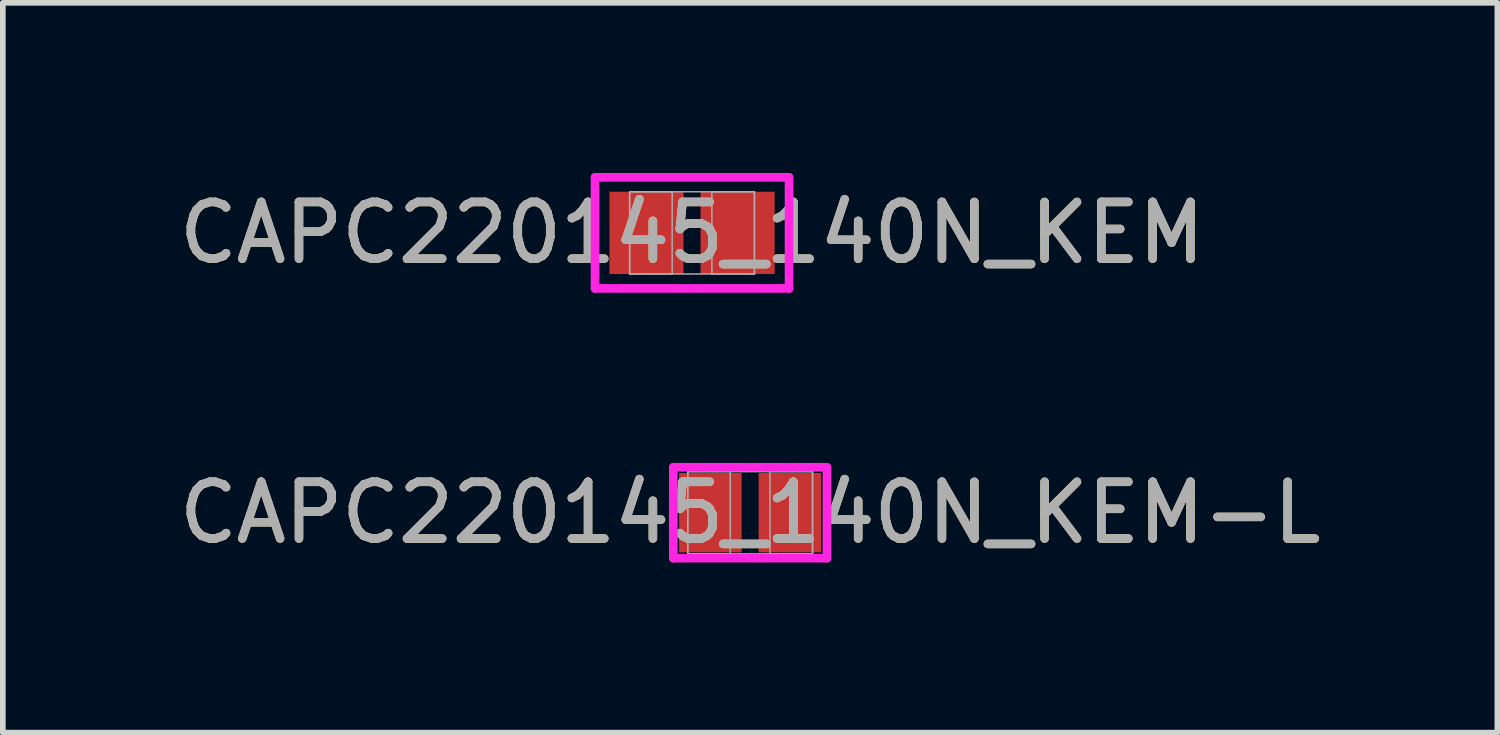
<source format=kicad_pcb>
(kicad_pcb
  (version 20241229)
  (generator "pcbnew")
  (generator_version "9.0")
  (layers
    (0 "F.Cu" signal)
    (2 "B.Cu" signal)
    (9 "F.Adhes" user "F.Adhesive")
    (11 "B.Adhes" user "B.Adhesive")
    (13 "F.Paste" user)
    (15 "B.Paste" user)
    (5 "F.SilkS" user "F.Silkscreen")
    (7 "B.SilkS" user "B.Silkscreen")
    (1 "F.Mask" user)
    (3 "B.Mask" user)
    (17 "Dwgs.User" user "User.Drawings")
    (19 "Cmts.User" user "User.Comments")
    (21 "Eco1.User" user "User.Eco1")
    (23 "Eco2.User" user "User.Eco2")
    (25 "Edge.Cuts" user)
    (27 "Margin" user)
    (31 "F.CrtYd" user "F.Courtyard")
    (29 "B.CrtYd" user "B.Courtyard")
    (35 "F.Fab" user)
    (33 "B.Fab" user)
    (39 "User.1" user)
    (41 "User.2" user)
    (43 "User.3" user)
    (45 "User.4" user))
  (footprint "CAPC220145_140N_KEM-L"
    (layer "F.Cu")
    (at 10.173 5.988)
    (property "Reference" "CAPC220145_140N_KEM-L" (at 0 0 0) (unlocked yes) (layer "F.SilkS") (effects (font (size 1 1) (thickness 0.15))))
    (attr smd)
    (fp_line (start -1.354 -0.801) (end 1.354 -0.801) (stroke (width 0.152) (type solid)) (layer "F.CrtYd"))
    (fp_line (start -1.354 0.801) (end -1.354 -0.801) (stroke (width 0.152) (type solid)) (layer "F.CrtYd"))
    (fp_line (start 1.354 -0.801) (end 1.354 0.801) (stroke (width 0.152) (type solid)) (layer "F.CrtYd"))
    (fp_line (start 1.354 0.801) (end -1.354 0.801) (stroke (width 0.152) (type solid)) (layer "F.CrtYd"))
    (fp_line (start -1.1 -0.725) (end -1.1 0.725) (stroke (width 0.025) (type solid)) (layer "F.Fab"))
    (fp_line (start -1.1 -0.725) (end -1.1 0.725) (stroke (width 0.025) (type solid)) (layer "F.Fab"))
    (fp_line (start -1.1 0.725) (end -0.35 0.725) (stroke (width 0.025) (type solid)) (layer "F.Fab"))
    (fp_line (start -1.1 0.725) (end 1.1 0.725) (stroke (width 0.025) (type solid)) (layer "F.Fab"))
    (fp_line (start -0.35 -0.725) (end -1.1 -0.725) (stroke (width 0.025) (type solid)) (layer "F.Fab"))
    (fp_line (start -0.35 0.725) (end -0.35 -0.725) (stroke (width 0.025) (type solid)) (layer "F.Fab"))
    (fp_line (start 0.35 -0.725) (end 0.35 0.725) (stroke (width 0.025) (type solid)) (layer "F.Fab"))
    (fp_line (start 0.35 0.725) (end 1.1 0.725) (stroke (width 0.025) (type solid)) (layer "F.Fab"))
    (fp_line (start 1.1 -0.725) (end -1.1 -0.725) (stroke (width 0.025) (type solid)) (layer "F.Fab"))
    (fp_line (start 1.1 -0.725) (end 0.35 -0.725) (stroke (width 0.025) (type solid)) (layer "F.Fab"))
    (fp_line (start 1.1 0.725) (end 1.1 -0.725) (stroke (width 0.025) (type solid)) (layer "F.Fab"))
    (fp_line (start 1.1 0.725) (end 1.1 -0.725) (stroke (width 0.025) (type solid)) (layer "F.Fab"))
    (fp_text user "${REFERENCE}" (at 0 0 0) (unlocked yes) (layer "F.Fab") (effects (font (size 1 1) (thickness 0.15))))
    (pad "1" smd rect (at -0.701 0) (size 1.102 1.399) (layers "F.Cu" "F.Mask" "F.Paste"))
    (pad "2" smd rect (at 0.701 0) (size 1.102 1.399) (layers "F.Cu" "F.Mask" "F.Paste"))
    (zone (net_name "") (layer "F.Cu") (hatch full 0.508) (connect_pads) (min_thickness 0.254) (filled_areas_thickness no) (keepout (tracks not_allowed) (vias not_allowed) (pads allowed) (copperpour not_allowed) (footprints allowed)) (placement (enabled no)) (fill) (polygon (pts (xy 10.073 5.314) (xy 10.272 5.314) (xy 10.272 6.662) (xy 10.073 6.662)))))
  (footprint "CAPC220145_140N_KEM"
    (layer "F.Cu")
    (at 9.149 1.055)
    (property "Reference" "CAPC220145_140N_KEM" (at 0 0 0) (unlocked yes) (layer "F.SilkS") (effects (font (size 1 1) (thickness 0.15))))
    (attr smd)
    (fp_line (start -1.71 -0.979) (end 1.71 -0.979) (stroke (width 0.152) (type solid)) (layer "F.CrtYd"))
    (fp_line (start -1.71 0.979) (end -1.71 -0.979) (stroke (width 0.152) (type solid)) (layer "F.CrtYd"))
    (fp_line (start 1.71 -0.979) (end 1.71 0.979) (stroke (width 0.152) (type solid)) (layer "F.CrtYd"))
    (fp_line (start 1.71 0.979) (end -1.71 0.979) (stroke (width 0.152) (type solid)) (layer "F.CrtYd"))
    (fp_line (start -1.1 -0.725) (end -1.1 0.725) (stroke (width 0.025) (type solid)) (layer "F.Fab"))
    (fp_line (start -1.1 -0.725) (end -1.1 0.725) (stroke (width 0.025) (type solid)) (layer "F.Fab"))
    (fp_line (start -1.1 0.725) (end -0.35 0.725) (stroke (width 0.025) (type solid)) (layer "F.Fab"))
    (fp_line (start -1.1 0.725) (end 1.1 0.725) (stroke (width 0.025) (type solid)) (layer "F.Fab"))
    (fp_line (start -0.35 -0.725) (end -1.1 -0.725) (stroke (width 0.025) (type solid)) (layer "F.Fab"))
    (fp_line (start -0.35 0.725) (end -0.35 -0.725) (stroke (width 0.025) (type solid)) (layer "F.Fab"))
    (fp_line (start 0.35 -0.725) (end 0.35 0.725) (stroke (width 0.025) (type solid)) (layer "F.Fab"))
    (fp_line (start 0.35 0.725) (end 1.1 0.725) (stroke (width 0.025) (type solid)) (layer "F.Fab"))
    (fp_line (start 1.1 -0.725) (end -1.1 -0.725) (stroke (width 0.025) (type solid)) (layer "F.Fab"))
    (fp_line (start 1.1 -0.725) (end 0.35 -0.725) (stroke (width 0.025) (type solid)) (layer "F.Fab"))
    (fp_line (start 1.1 0.725) (end 1.1 -0.725) (stroke (width 0.025) (type solid)) (layer "F.Fab"))
    (fp_line (start 1.1 0.725) (end 1.1 -0.725) (stroke (width 0.025) (type solid)) (layer "F.Fab"))
    (fp_text user "${REFERENCE}" (at 0 0 0) (unlocked yes) (layer "F.Fab") (effects (font (size 1 1) (thickness 0.15))))
    (pad "1" smd rect (at -0.803 0) (size 1.306 1.45) (layers "F.Cu" "F.Mask" "F.Paste"))
    (pad "2" smd rect (at 0.803 0) (size 1.306 1.45) (layers "F.Cu" "F.Mask" "F.Paste"))
    (zone (net_name "") (layer "F.Cu") (hatch full 0.508) (connect_pads) (min_thickness 0.254) (filled_areas_thickness no) (keepout (tracks not_allowed) (vias not_allowed) (pads allowed) (copperpour not_allowed) (footprints allowed)) (placement (enabled no)) (fill) (polygon (pts (xy 9.05 0.381) (xy 9.248 0.381) (xy 9.248 1.729) (xy 9.05 1.729)))))
  (gr_rect
    (start -3 -3)
    (end 23.345 9.865)
    (stroke (width 0.1) (type default))
    (fill no)
    (layer "Edge.Cuts")))
</source>
